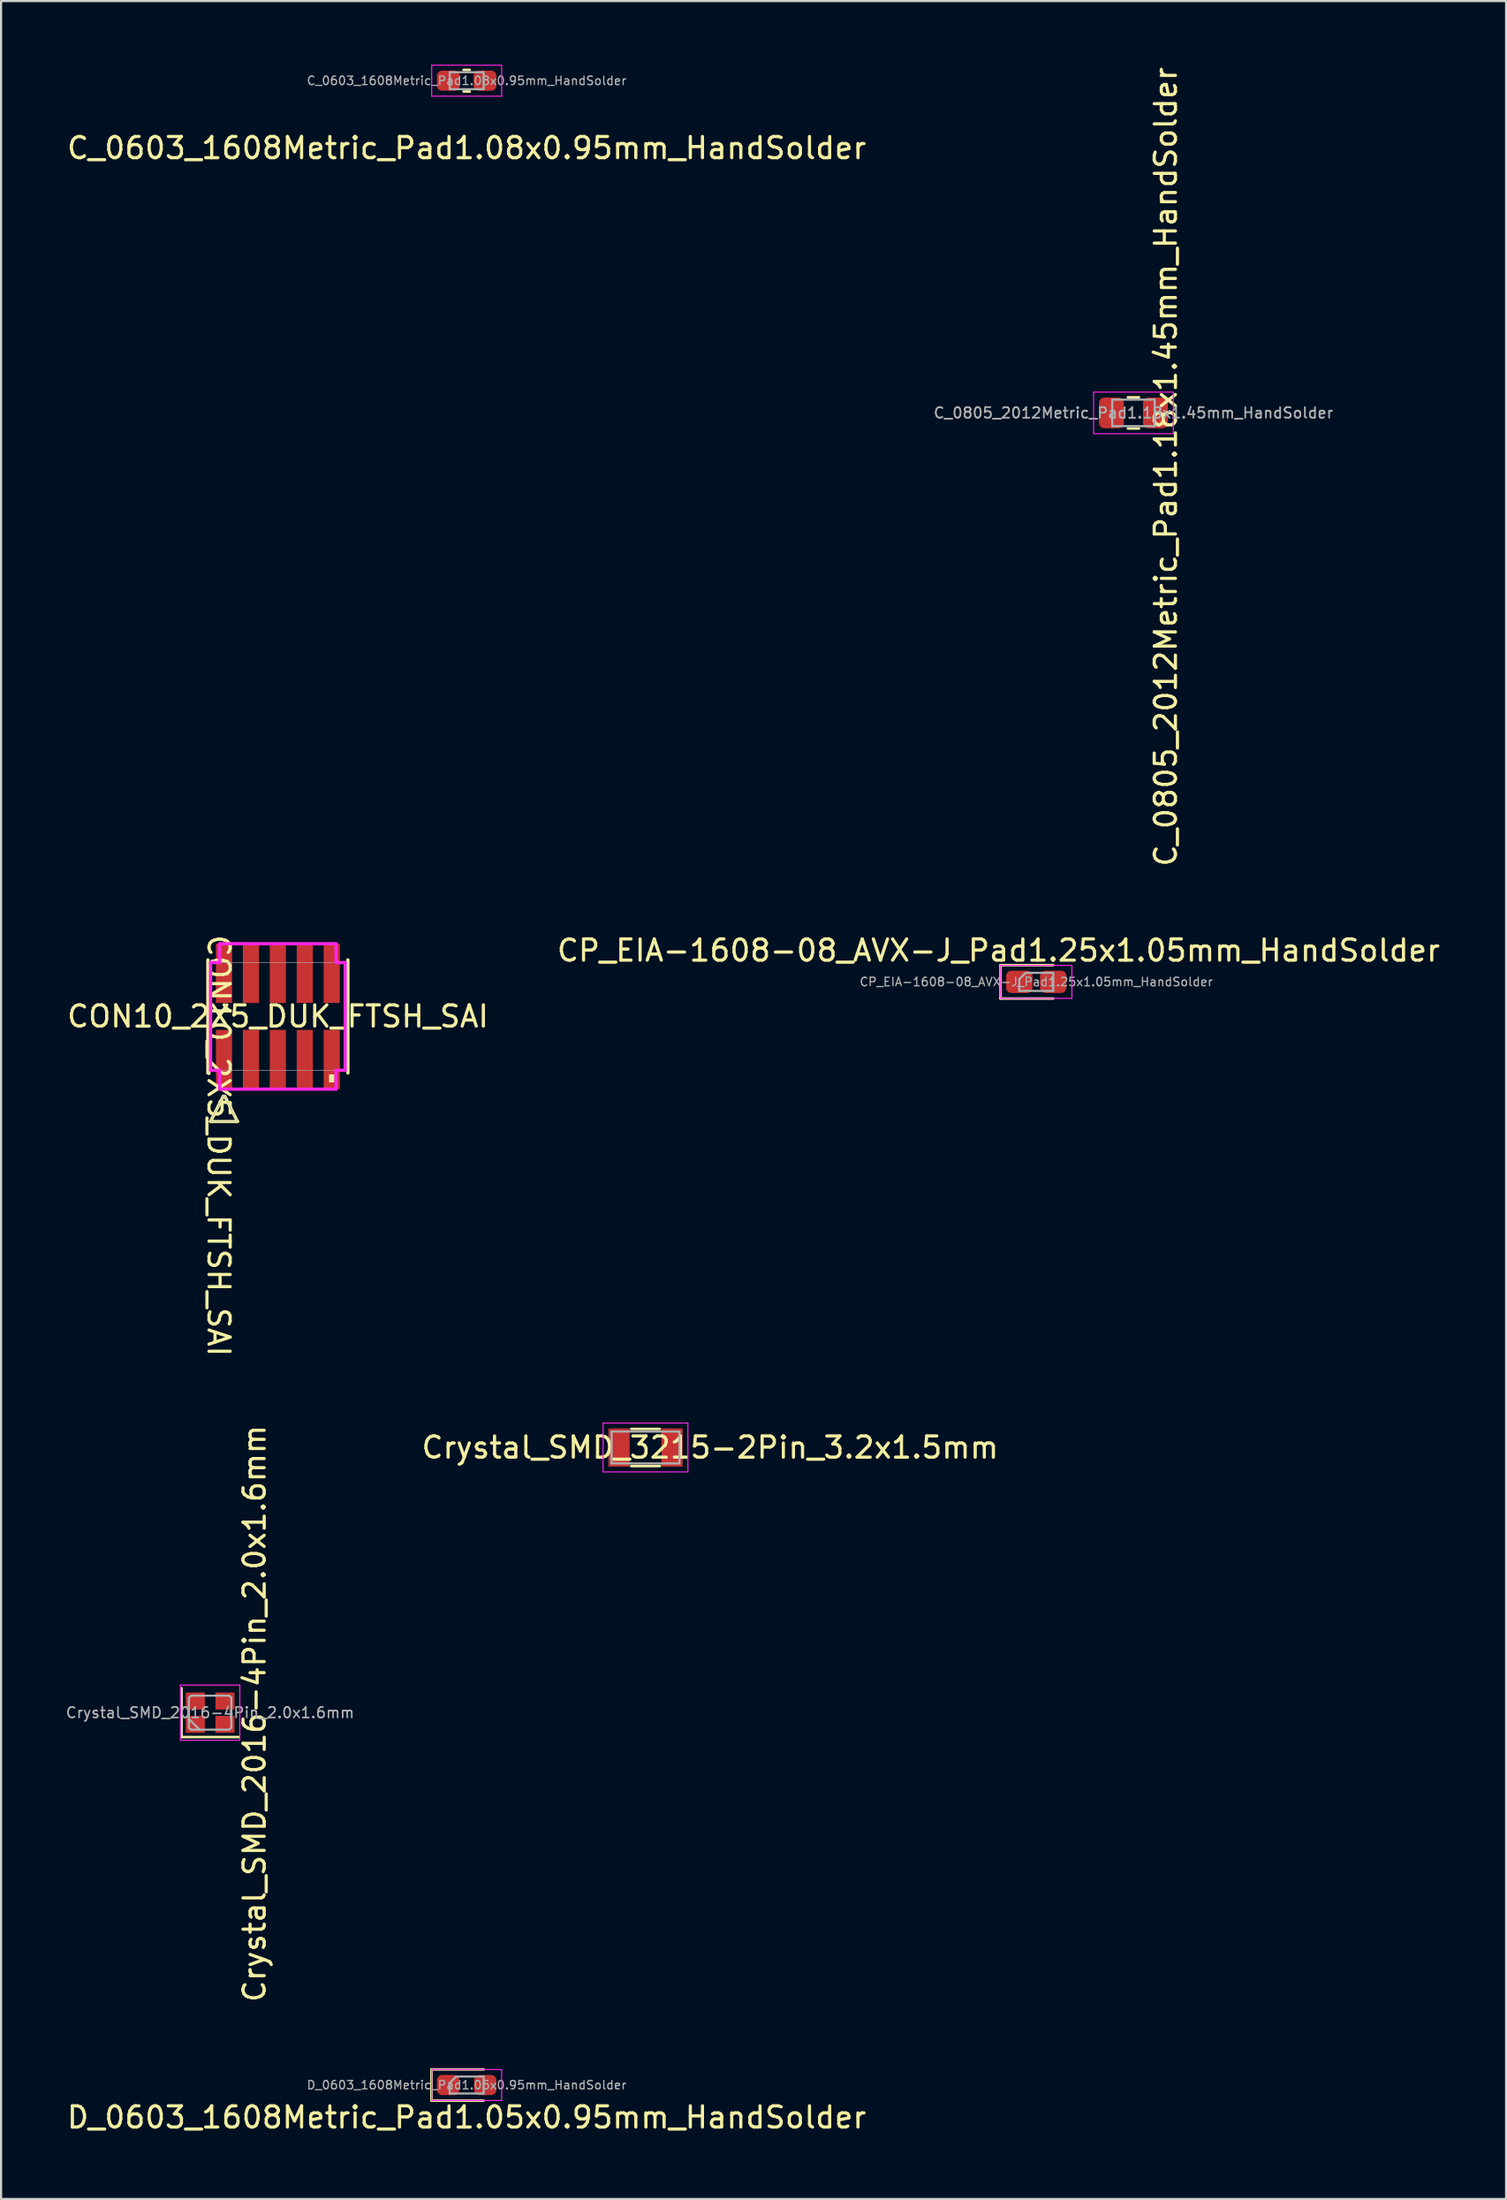
<source format=kicad_pcb>
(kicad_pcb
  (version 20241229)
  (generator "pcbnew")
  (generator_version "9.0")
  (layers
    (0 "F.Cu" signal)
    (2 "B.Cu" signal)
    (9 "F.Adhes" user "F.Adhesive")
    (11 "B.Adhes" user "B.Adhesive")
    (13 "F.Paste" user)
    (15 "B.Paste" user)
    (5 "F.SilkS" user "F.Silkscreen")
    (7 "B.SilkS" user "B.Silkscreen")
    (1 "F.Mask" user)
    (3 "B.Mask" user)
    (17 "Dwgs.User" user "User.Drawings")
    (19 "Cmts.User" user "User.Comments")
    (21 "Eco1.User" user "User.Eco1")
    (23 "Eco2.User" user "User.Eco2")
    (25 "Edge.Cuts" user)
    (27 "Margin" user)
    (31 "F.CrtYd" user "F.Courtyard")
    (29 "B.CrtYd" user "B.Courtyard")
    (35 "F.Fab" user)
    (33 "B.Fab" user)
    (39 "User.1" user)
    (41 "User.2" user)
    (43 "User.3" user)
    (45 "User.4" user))
  (footprint "CP_EIA-1608-08_AVX-J_Pad1.25x1.05mm_HandSolder"
    (layer "F.Cu")
    (at 45.82 43.245)
    (property "Reference" "CP_EIA-1608-08_AVX-J_Pad1.25x1.05mm_HandSolder" (at -1.778 -1.48 0) (layer "F.SilkS") (effects (font (size 1 1) (thickness 0.15))))
    (attr smd)
    (fp_line (start -1.685 -0.785) (end -1.685 0.785) (stroke (width 0.12) (type solid)) (layer "F.SilkS"))
    (fp_line (start -1.685 0.785) (end 0.8 0.785) (stroke (width 0.12) (type solid)) (layer "F.SilkS"))
    (fp_line (start 0.8 -0.785) (end -1.685 -0.785) (stroke (width 0.12) (type solid)) (layer "F.SilkS"))
    (fp_line (start -1.68 -0.78) (end 1.68 -0.78) (stroke (width 0.05) (type solid)) (layer "F.CrtYd"))
    (fp_line (start -1.68 0.78) (end -1.68 -0.78) (stroke (width 0.05) (type solid)) (layer "F.CrtYd"))
    (fp_line (start 1.68 -0.78) (end 1.68 0.78) (stroke (width 0.05) (type solid)) (layer "F.CrtYd"))
    (fp_line (start 1.68 0.78) (end -1.68 0.78) (stroke (width 0.05) (type solid)) (layer "F.CrtYd"))
    (fp_line (start -0.8 -0.125) (end -0.8 0.425) (stroke (width 0.1) (type solid)) (layer "F.Fab"))
    (fp_line (start -0.8 0.425) (end 0.8 0.425) (stroke (width 0.1) (type solid)) (layer "F.Fab"))
    (fp_line (start -0.5 -0.425) (end -0.8 -0.125) (stroke (width 0.1) (type solid)) (layer "F.Fab"))
    (fp_line (start 0.8 -0.425) (end -0.5 -0.425) (stroke (width 0.1) (type solid)) (layer "F.Fab"))
    (fp_line (start 0.8 0.425) (end 0.8 -0.425) (stroke (width 0.1) (type solid)) (layer "F.Fab"))
    (fp_text user "${REFERENCE}" (at 0 0 0) (layer "F.Fab") (effects (font (size 0.4 0.4) (thickness 0.06))))
    (pad "1" smd roundrect (at -0.8 0) (size 1.25 1.05) (layers "F.Cu" "F.Mask" "F.Paste") (roundrect_rratio 0.238))
    (pad "2" smd roundrect (at 0.8 0) (size 1.25 1.05) (layers "F.Cu" "F.Mask" "F.Paste") (roundrect_rratio 0.238)))
  (footprint "D_0603_1608Metric_Pad1.05x0.95mm_HandSolder"
    (layer "F.Cu")
    (at 18.958 95.259)
    (property "Reference" "D_0603_1608Metric_Pad1.05x0.95mm_HandSolder" (at 0 1.524 0) (layer "F.SilkS") (effects (font (size 1 1) (thickness 0.15))))
    (attr smd)
    (fp_line (start -1.66 -0.735) (end -1.66 0.735) (stroke (width 0.12) (type solid)) (layer "F.SilkS"))
    (fp_line (start -1.66 0.735) (end 0.8 0.735) (stroke (width 0.12) (type solid)) (layer "F.SilkS"))
    (fp_line (start 0.8 -0.735) (end -1.66 -0.735) (stroke (width 0.12) (type solid)) (layer "F.SilkS"))
    (fp_line (start -1.65 -0.73) (end 1.65 -0.73) (stroke (width 0.05) (type solid)) (layer "F.CrtYd"))
    (fp_line (start -1.65 0.73) (end -1.65 -0.73) (stroke (width 0.05) (type solid)) (layer "F.CrtYd"))
    (fp_line (start 1.65 -0.73) (end 1.65 0.73) (stroke (width 0.05) (type solid)) (layer "F.CrtYd"))
    (fp_line (start 1.65 0.73) (end -1.65 0.73) (stroke (width 0.05) (type solid)) (layer "F.CrtYd"))
    (fp_line (start -0.8 -0.1) (end -0.8 0.4) (stroke (width 0.1) (type solid)) (layer "F.Fab"))
    (fp_line (start -0.8 0.4) (end 0.8 0.4) (stroke (width 0.1) (type solid)) (layer "F.Fab"))
    (fp_line (start -0.5 -0.4) (end -0.8 -0.1) (stroke (width 0.1) (type solid)) (layer "F.Fab"))
    (fp_line (start 0.8 -0.4) (end -0.5 -0.4) (stroke (width 0.1) (type solid)) (layer "F.Fab"))
    (fp_line (start 0.8 0.4) (end 0.8 -0.4) (stroke (width 0.1) (type solid)) (layer "F.Fab"))
    (fp_text user "${REFERENCE}" (at 0 0 0) (layer "F.Fab") (effects (font (size 0.4 0.4) (thickness 0.06))))
    (pad "1" smd roundrect (at -0.875 0) (size 1.05 0.95) (layers "F.Cu" "F.Mask" "F.Paste") (roundrect_rratio 0.25))
    (pad "2" smd roundrect (at 0.875 0) (size 1.05 0.95) (layers "F.Cu" "F.Mask" "F.Paste") (roundrect_rratio 0.25)))
  (footprint "C_0805_2012Metric_Pad1.18x1.45mm_HandSolder"
    (layer "F.Cu")
    (at 50.403 16.418)
    (property "Reference" "C_0805_2012Metric_Pad1.18x1.45mm_HandSolder" (at 1.524 2.54 90) (layer "F.SilkS") (effects (font (size 1 1) (thickness 0.15))))
    (attr smd)
    (fp_line (start -0.261 -0.735) (end 0.261 -0.735) (stroke (width 0.12) (type solid)) (layer "F.SilkS"))
    (fp_line (start -0.261 0.735) (end 0.261 0.735) (stroke (width 0.12) (type solid)) (layer "F.SilkS"))
    (fp_line (start -1.88 -0.98) (end 1.88 -0.98) (stroke (width 0.05) (type solid)) (layer "F.CrtYd"))
    (fp_line (start -1.88 0.98) (end -1.88 -0.98) (stroke (width 0.05) (type solid)) (layer "F.CrtYd"))
    (fp_line (start 1.88 -0.98) (end 1.88 0.98) (stroke (width 0.05) (type solid)) (layer "F.CrtYd"))
    (fp_line (start 1.88 0.98) (end -1.88 0.98) (stroke (width 0.05) (type solid)) (layer "F.CrtYd"))
    (fp_line (start -1 -0.625) (end 1 -0.625) (stroke (width 0.1) (type solid)) (layer "F.Fab"))
    (fp_line (start -1 0.625) (end -1 -0.625) (stroke (width 0.1) (type solid)) (layer "F.Fab"))
    (fp_line (start 1 -0.625) (end 1 0.625) (stroke (width 0.1) (type solid)) (layer "F.Fab"))
    (fp_line (start 1 0.625) (end -1 0.625) (stroke (width 0.1) (type solid)) (layer "F.Fab"))
    (fp_text user "${REFERENCE}" (at 0 0 0) (layer "F.Fab") (effects (font (size 0.5 0.5) (thickness 0.08))))
    (pad "1" smd roundrect (at -1.038 0) (size 1.175 1.45) (layers "F.Cu" "F.Mask" "F.Paste") (roundrect_rratio 0.213))
    (pad "2" smd roundrect (at 1.038 0) (size 1.175 1.45) (layers "F.Cu" "F.Mask" "F.Paste") (roundrect_rratio 0.213)))
  (footprint "C_0603_1608Metric_Pad1.08x0.95mm_HandSolder"
    (layer "F.Cu")
    (at 18.958 0.755)
    (property "Reference" "C_0603_1608Metric_Pad1.08x0.95mm_HandSolder" (at 0 3.175 180) (layer "F.SilkS") (effects (font (size 1 1) (thickness 0.15))))
    (attr smd)
    (fp_line (start -0.146 -0.51) (end 0.146 -0.51) (stroke (width 0.12) (type solid)) (layer "F.SilkS"))
    (fp_line (start -0.146 0.51) (end 0.146 0.51) (stroke (width 0.12) (type solid)) (layer "F.SilkS"))
    (fp_line (start -1.65 -0.73) (end 1.65 -0.73) (stroke (width 0.05) (type solid)) (layer "F.CrtYd"))
    (fp_line (start -1.65 0.73) (end -1.65 -0.73) (stroke (width 0.05) (type solid)) (layer "F.CrtYd"))
    (fp_line (start 1.65 -0.73) (end 1.65 0.73) (stroke (width 0.05) (type solid)) (layer "F.CrtYd"))
    (fp_line (start 1.65 0.73) (end -1.65 0.73) (stroke (width 0.05) (type solid)) (layer "F.CrtYd"))
    (fp_line (start -0.8 -0.4) (end 0.8 -0.4) (stroke (width 0.1) (type solid)) (layer "F.Fab"))
    (fp_line (start -0.8 0.4) (end -0.8 -0.4) (stroke (width 0.1) (type solid)) (layer "F.Fab"))
    (fp_line (start 0.8 -0.4) (end 0.8 0.4) (stroke (width 0.1) (type solid)) (layer "F.Fab"))
    (fp_line (start 0.8 0.4) (end -0.8 0.4) (stroke (width 0.1) (type solid)) (layer "F.Fab"))
    (fp_text user "${REFERENCE}" (at 0 0 0) (layer "F.Fab") (effects (font (size 0.4 0.4) (thickness 0.06))))
    (pad "1" smd roundrect (at -0.863 0) (size 1.075 0.95) (layers "F.Cu" "F.Mask" "F.Paste") (roundrect_rratio 0.25))
    (pad "2" smd roundrect (at 0.863 0) (size 1.075 0.95) (layers "F.Cu" "F.Mask" "F.Paste") (roundrect_rratio 0.25)))
  (footprint "Crystal_SMD_3215-2Pin_3.2x1.5mm"
    (layer "F.Cu")
    (at 27.392 65.199)
    (property "Reference" "Crystal_SMD_3215-2Pin_3.2x1.5mm" (at 3.048 0 0) (layer "F.SilkS") (effects (font (size 1 1) (thickness 0.15))))
    (attr smd)
    (fp_line (start -0.675 -0.875) (end 0.675 -0.875) (stroke (width 0.12) (type solid)) (layer "F.SilkS"))
    (fp_line (start -0.675 0.875) (end 0.675 0.875) (stroke (width 0.12) (type solid)) (layer "F.SilkS"))
    (fp_line (start -2 -1.15) (end -2 1.15) (stroke (width 0.05) (type solid)) (layer "F.CrtYd"))
    (fp_line (start -2 -1.15) (end 2 -1.15) (stroke (width 0.05) (type solid)) (layer "F.CrtYd"))
    (fp_line (start -2 1.15) (end 2 1.15) (stroke (width 0.05) (type solid)) (layer "F.CrtYd"))
    (fp_line (start 2 -1.15) (end 2 1.15) (stroke (width 0.05) (type solid)) (layer "F.CrtYd"))
    (fp_line (start -1.6 -0.75) (end -1.6 0.75) (stroke (width 0.1) (type solid)) (layer "F.Fab"))
    (fp_line (start -1.6 -0.75) (end 1.6 -0.75) (stroke (width 0.1) (type solid)) (layer "F.Fab"))
    (fp_line (start -1.6 0.75) (end 1.6 0.75) (stroke (width 0.1) (type solid)) (layer "F.Fab"))
    (fp_line (start 1.6 -0.75) (end 1.6 0.75) (stroke (width 0.1) (type solid)) (layer "F.Fab"))
    (pad "1" smd rect (at 1.25 0) (size 1 1.8) (layers "F.Cu" "F.Mask" "F.Paste"))
    (pad "2" smd rect (at -1.25 0) (size 1 1.8) (layers "F.Cu" "F.Mask" "F.Paste")))
  (footprint "Crystal_SMD_2016-4Pin_2.0x1.6mm"
    (layer "F.Cu")
    (at 6.86 77.702)
    (property "Reference" "Crystal_SMD_2016-4Pin_2.0x1.6mm" (at 2.094 0.042 270) (layer "F.SilkS") (effects (font (size 1 1) (thickness 0.15))))
    (attr smd)
    (fp_line (start -1.35 -1.15) (end -1.35 1.15) (stroke (width 0.12) (type solid)) (layer "F.SilkS"))
    (fp_line (start -1.35 1.15) (end 1.35 1.15) (stroke (width 0.12) (type solid)) (layer "F.SilkS"))
    (fp_line (start -1.4 -1.3) (end -1.4 1.3) (stroke (width 0.05) (type solid)) (layer "F.CrtYd"))
    (fp_line (start -1.4 1.3) (end 1.4 1.3) (stroke (width 0.05) (type solid)) (layer "F.CrtYd"))
    (fp_line (start 1.4 -1.3) (end -1.4 -1.3) (stroke (width 0.05) (type solid)) (layer "F.CrtYd"))
    (fp_line (start 1.4 1.3) (end 1.4 -1.3) (stroke (width 0.05) (type solid)) (layer "F.CrtYd"))
    (fp_line (start -1 -0.7) (end -0.9 -0.8) (stroke (width 0.1) (type solid)) (layer "F.Fab"))
    (fp_line (start -1 0.3) (end -0.5 0.8) (stroke (width 0.1) (type solid)) (layer "F.Fab"))
    (fp_line (start -1 0.7) (end -1 -0.7) (stroke (width 0.1) (type solid)) (layer "F.Fab"))
    (fp_line (start -0.9 -0.8) (end 0.9 -0.8) (stroke (width 0.1) (type solid)) (layer "F.Fab"))
    (fp_line (start -0.9 0.8) (end -1 0.7) (stroke (width 0.1) (type solid)) (layer "F.Fab"))
    (fp_line (start 0.9 -0.8) (end 1 -0.7) (stroke (width 0.1) (type solid)) (layer "F.Fab"))
    (fp_line (start 0.9 0.8) (end -0.9 0.8) (stroke (width 0.1) (type solid)) (layer "F.Fab"))
    (fp_line (start 1 -0.7) (end 1 0.7) (stroke (width 0.1) (type solid)) (layer "F.Fab"))
    (fp_line (start 1 0.7) (end 0.9 0.8) (stroke (width 0.1) (type solid)) (layer "F.Fab"))
    (fp_text user "${REFERENCE}" (at 0 0 180) (layer "F.Fab") (effects (font (size 0.5 0.5) (thickness 0.075))))
    (pad "1" smd rect (at -0.7 0.55) (size 0.9 0.8) (layers "F.Cu" "F.Mask" "F.Paste"))
    (pad "2" smd rect (at 0.7 0.55) (size 0.9 0.8) (layers "F.Cu" "F.Mask" "F.Paste"))
    (pad "3" smd rect (at 0.7 -0.55) (size 0.9 0.8) (layers "F.Cu" "F.Mask" "F.Paste"))
    (pad "4" smd rect (at -0.7 -0.55) (size 0.9 0.8) (layers "F.Cu" "F.Mask" "F.Paste")))
  (footprint "CON10_2X5_DUK_FTSH_SAI"
    (layer "F.Cu")
    (at 10.054 44.874)
    (property "Reference" "CON10_2X5_DUK_FTSH_SAI" (at 0 0 0) (unlocked yes) (layer "F.SilkS") (effects (font (size 1 1) (thickness 0.15))))
    (attr smd)
    (fp_line (start -3.302 -2.667) (end -3.302 2.667) (stroke (width 0.152) (type solid)) (layer "F.SilkS"))
    (fp_line (start -3.175 4.956) (end -2.578 3.762) (stroke (width 0.152) (type solid)) (layer "F.SilkS"))
    (fp_line (start -2.502 3.762) (end -1.905 4.956) (stroke (width 0.152) (type solid)) (layer "F.SilkS"))
    (fp_line (start -1.905 4.956) (end -3.175 4.956) (stroke (width 0.152) (type solid)) (layer "F.SilkS"))
    (fp_line (start 3.302 2.667) (end 3.302 -2.667) (stroke (width 0.152) (type solid)) (layer "F.SilkS"))
    (fp_poly (pts (xy 2.413 2.731) (xy 2.413 3.111) (xy 2.667 3.111) (xy 2.667 2.731)) (stroke (width 0) (type solid)) (fill yes) (layer "F.SilkS"))
    (fp_line (start -3.175 -2.54) (end -2.743 -2.54) (stroke (width 0.152) (type solid)) (layer "F.CrtYd"))
    (fp_line (start -3.175 2.54) (end -3.175 -2.54) (stroke (width 0.152) (type solid)) (layer "F.CrtYd"))
    (fp_line (start -2.743 -2.54) (end -2.743 -3.429) (stroke (width 0.152) (type solid)) (layer "F.CrtYd"))
    (fp_line (start -2.743 2.54) (end -3.175 2.54) (stroke (width 0.152) (type solid)) (layer "F.CrtYd"))
    (fp_line (start -2.743 3.429) (end -2.743 2.54) (stroke (width 0.152) (type solid)) (layer "F.CrtYd"))
    (fp_line (start -2.743 3.429) (end 2.743 3.429) (stroke (width 0.152) (type solid)) (layer "F.CrtYd"))
    (fp_line (start 2.743 -3.429) (end -2.743 -3.429) (stroke (width 0.152) (type solid)) (layer "F.CrtYd"))
    (fp_line (start 2.743 -3.429) (end 2.743 -2.54) (stroke (width 0.152) (type solid)) (layer "F.CrtYd"))
    (fp_line (start 2.743 -2.54) (end 3.175 -2.54) (stroke (width 0.152) (type solid)) (layer "F.CrtYd"))
    (fp_line (start 2.743 2.54) (end 2.743 3.429) (stroke (width 0.152) (type solid)) (layer "F.CrtYd"))
    (fp_line (start 3.175 -2.54) (end 3.175 2.54) (stroke (width 0.152) (type solid)) (layer "F.CrtYd"))
    (fp_line (start 3.175 2.54) (end 2.743 2.54) (stroke (width 0.152) (type solid)) (layer "F.CrtYd"))
    (fp_line (start -3.175 -2.54) (end -3.175 2.54) (stroke (width 0.025) (type solid)) (layer "F.Fab"))
    (fp_line (start -3.175 2.54) (end 3.175 2.54) (stroke (width 0.025) (type solid)) (layer "F.Fab"))
    (fp_line (start -3.175 4.956) (end -2.54 3.686) (stroke (width 0.025) (type solid)) (layer "F.Fab"))
    (fp_line (start -2.54 3.686) (end -1.905 4.956) (stroke (width 0.025) (type solid)) (layer "F.Fab"))
    (fp_line (start -1.905 4.956) (end -3.175 4.956) (stroke (width 0.025) (type solid)) (layer "F.Fab"))
    (fp_line (start 3.175 -2.54) (end -3.175 -2.54) (stroke (width 0.025) (type solid)) (layer "F.Fab"))
    (fp_line (start 3.175 2.54) (end 3.175 -2.54) (stroke (width 0.025) (type solid)) (layer "F.Fab"))
    (fp_text user "${REFERENCE}" (at -2.794 6.096 270) (unlocked yes) (layer "F.SilkS") (effects (font (size 1 1) (thickness 0.15))))
    (pad "1" smd rect (at -2.54 2.032) (size 0.762 2.794) (layers "F.Cu" "F.Mask" "F.Paste"))
    (pad "2" smd rect (at -2.54 -2.032) (size 0.762 2.794) (layers "F.Cu" "F.Mask" "F.Paste"))
    (pad "3" smd rect (at -1.27 2.032) (size 0.762 2.794) (layers "F.Cu" "F.Mask" "F.Paste"))
    (pad "4" smd rect (at -1.27 -2.032) (size 0.762 2.794) (layers "F.Cu" "F.Mask" "F.Paste"))
    (pad "5" smd rect (at 0 2.032) (size 0.762 2.794) (layers "F.Cu" "F.Mask" "F.Paste"))
    (pad "6" smd rect (at 0 -2.032) (size 0.762 2.794) (layers "F.Cu" "F.Mask" "F.Paste"))
    (pad "7" smd rect (at 1.27 2.032) (size 0.762 2.794) (layers "F.Cu" "F.Mask" "F.Paste"))
    (pad "8" smd rect (at 1.27 -2.032) (size 0.762 2.794) (layers "F.Cu" "F.Mask" "F.Paste"))
    (pad "9" smd rect (at 2.54 2.032) (size 0.762 2.794) (layers "F.Cu" "F.Mask" "F.Paste"))
    (pad "10" smd rect (at 2.54 -2.032) (size 0.762 2.794) (layers "F.Cu" "F.Mask" "F.Paste")))
  (gr_rect
    (start -3 -3)
    (end 67.976 100.632)
    (stroke (width 0.1) (type default))
    (fill no)
    (layer "Edge.Cuts")))
</source>
